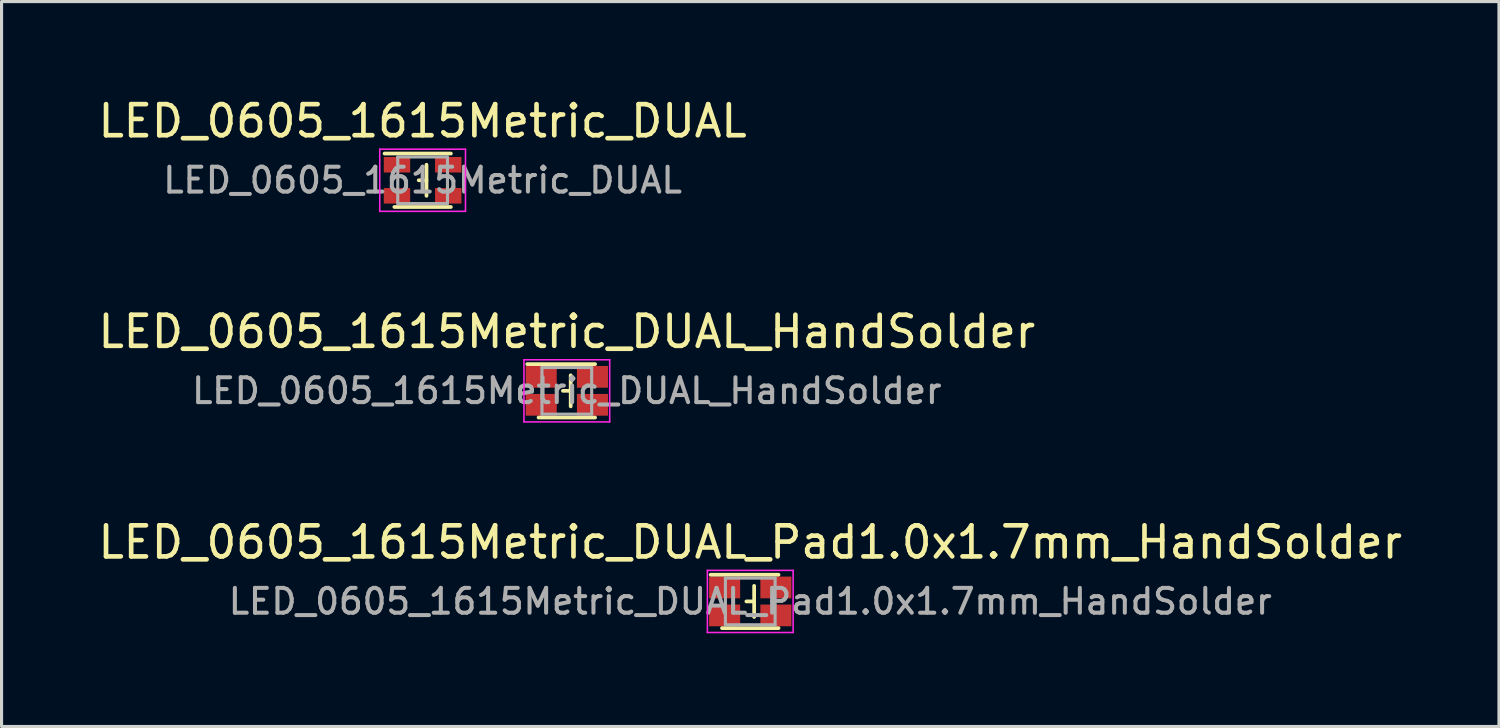
<source format=kicad_pcb>
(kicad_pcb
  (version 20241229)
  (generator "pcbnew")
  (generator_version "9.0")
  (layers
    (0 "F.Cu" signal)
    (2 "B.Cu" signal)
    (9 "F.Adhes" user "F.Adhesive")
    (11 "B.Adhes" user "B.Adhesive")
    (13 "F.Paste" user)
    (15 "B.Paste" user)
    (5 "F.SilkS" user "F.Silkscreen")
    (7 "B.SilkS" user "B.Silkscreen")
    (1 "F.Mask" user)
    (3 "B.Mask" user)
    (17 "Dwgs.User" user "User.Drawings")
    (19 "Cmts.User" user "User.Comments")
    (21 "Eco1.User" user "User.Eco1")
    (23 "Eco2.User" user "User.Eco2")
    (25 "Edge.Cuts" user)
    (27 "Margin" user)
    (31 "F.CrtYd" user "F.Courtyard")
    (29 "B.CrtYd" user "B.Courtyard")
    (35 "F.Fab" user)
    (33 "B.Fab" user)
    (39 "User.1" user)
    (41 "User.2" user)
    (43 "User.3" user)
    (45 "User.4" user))
  (footprint "LED_0605_1615Metric_DUAL"
    (layer "F.Cu")
    (at 10.554 2.753)
    (property "Reference" "LED_0605_1615Metric_DUAL" (at 0 -1.905 0) (layer "F.SilkS") (effects (font (size 1 1) (thickness 0.15))))
    (attr smd)
    (fp_line (start -1.225 -0.86) (end 0.91 -0.86) (stroke (width 0.12) (type solid)) (layer "F.SilkS"))
    (fp_line (start -0.91 0.86) (end 0.91 0.86) (stroke (width 0.12) (type solid)) (layer "F.SilkS"))
    (fp_line (start -0.125 0) (end 0.125 0) (stroke (width 0.12) (type solid)) (layer "F.SilkS"))
    (fp_line (start 0.125 -0.5) (end 0.125 0.5) (stroke (width 0.12) (type solid)) (layer "F.SilkS"))
    (fp_line (start -1.38 -1) (end -1.38 1) (stroke (width 0.05) (type solid)) (layer "F.CrtYd"))
    (fp_line (start -1.38 -1) (end 1.38 -1) (stroke (width 0.05) (type solid)) (layer "F.CrtYd"))
    (fp_line (start -1.38 1) (end 1.38 1) (stroke (width 0.05) (type solid)) (layer "F.CrtYd"))
    (fp_line (start 1.38 -1) (end 1.38 1) (stroke (width 0.05) (type solid)) (layer "F.CrtYd"))
    (fp_line (start -0.8 -0.75) (end 0.8 -0.75) (stroke (width 0.1) (type solid)) (layer "F.Fab"))
    (fp_line (start -0.8 0.75) (end -0.8 -0.75) (stroke (width 0.1) (type solid)) (layer "F.Fab"))
    (fp_line (start -0.8 0.75) (end 0.8 0.75) (stroke (width 0.1) (type solid)) (layer "F.Fab"))
    (fp_line (start 0.8 -0.75) (end 0.8 0.75) (stroke (width 0.1) (type solid)) (layer "F.Fab"))
    (fp_text user "${REFERENCE}" (at 0 0 0) (layer "F.Fab") (effects (font (size 0.8 0.8) (thickness 0.13))))
    (pad "1" smd rect (at 0.825 -0.5) (size 0.85 0.5) (layers "F.Cu" "F.Mask" "F.Paste"))
    (pad "2" smd rect (at -0.825 -0.5) (size 0.85 0.5) (layers "F.Cu" "F.Mask" "F.Paste"))
    (pad "3" smd rect (at 0.825 0.5) (size 0.85 0.5) (layers "F.Cu" "F.Mask" "F.Paste"))
    (pad "4" smd rect (at -0.825 0.5) (size 0.85 0.5) (layers "F.Cu" "F.Mask" "F.Paste")))
  (footprint "LED_0605_1615Metric_DUAL_HandSolder"
    (layer "F.Cu")
    (at 15.196 9.531)
    (property "Reference" "LED_0605_1615Metric_DUAL_HandSolder" (at 0 -1.905 0) (layer "F.SilkS") (effects (font (size 1 1) (thickness 0.15))))
    (attr smd)
    (fp_line (start -1.275 -0.86) (end 0.91 -0.86) (stroke (width 0.12) (type solid)) (layer "F.SilkS"))
    (fp_line (start -0.91 0.86) (end 0.91 0.86) (stroke (width 0.12) (type solid)) (layer "F.SilkS"))
    (fp_line (start -0.125 0) (end 0.125 0) (stroke (width 0.12) (type solid)) (layer "F.SilkS"))
    (fp_line (start 0.125 -0.5) (end 0.125 0.5) (stroke (width 0.12) (type solid)) (layer "F.SilkS"))
    (fp_line (start -1.38 -1) (end -1.38 1) (stroke (width 0.05) (type solid)) (layer "F.CrtYd"))
    (fp_line (start -1.38 -1) (end 1.38 -1) (stroke (width 0.05) (type solid)) (layer "F.CrtYd"))
    (fp_line (start -1.38 1) (end 1.38 1) (stroke (width 0.05) (type solid)) (layer "F.CrtYd"))
    (fp_line (start 1.38 -1) (end 1.38 1) (stroke (width 0.05) (type solid)) (layer "F.CrtYd"))
    (fp_line (start -0.8 -0.75) (end 0.8 -0.75) (stroke (width 0.1) (type solid)) (layer "F.Fab"))
    (fp_line (start -0.8 0.75) (end -0.8 -0.75) (stroke (width 0.1) (type solid)) (layer "F.Fab"))
    (fp_line (start -0.8 0.75) (end 0.8 0.75) (stroke (width 0.1) (type solid)) (layer "F.Fab"))
    (fp_line (start 0.8 -0.75) (end 0.8 0.75) (stroke (width 0.1) (type solid)) (layer "F.Fab"))
    (fp_text user "${REFERENCE}" (at 0 0 0) (layer "F.Fab") (effects (font (size 0.8 0.8) (thickness 0.13))))
    (pad "1" smd rect (at 0.825 -0.45) (size 1 0.7) (layers "F.Cu" "F.Mask" "F.Paste"))
    (pad "2" smd rect (at -0.825 -0.45) (size 1 0.7) (layers "F.Cu" "F.Mask" "F.Paste"))
    (pad "3" smd rect (at 0.825 0.45) (size 1 0.7) (layers "F.Cu" "F.Mask" "F.Paste"))
    (pad "4" smd rect (at -0.825 0.45) (size 1 0.7) (layers "F.Cu" "F.Mask" "F.Paste")))
  (footprint "LED_0605_1615Metric_DUAL_Pad1.0x1.7mm_HandSolder"
    (layer "F.Cu")
    (at 21.101 16.31)
    (property "Reference" "LED_0605_1615Metric_DUAL_Pad1.0x1.7mm_HandSolder" (at 0 -1.905 0) (layer "F.SilkS") (effects (font (size 1 1) (thickness 0.15))))
    (attr smd)
    (fp_line (start -1.275 -0.86) (end 0.91 -0.86) (stroke (width 0.12) (type solid)) (layer "F.SilkS"))
    (fp_line (start -0.91 0.86) (end 0.91 0.86) (stroke (width 0.12) (type solid)) (layer "F.SilkS"))
    (fp_line (start -0.125 0) (end 0.125 0) (stroke (width 0.12) (type solid)) (layer "F.SilkS"))
    (fp_line (start 0.125 -0.5) (end 0.125 0.5) (stroke (width 0.12) (type solid)) (layer "F.SilkS"))
    (fp_line (start -1.38 -1) (end -1.38 1) (stroke (width 0.05) (type solid)) (layer "F.CrtYd"))
    (fp_line (start -1.38 -1) (end 1.38 -1) (stroke (width 0.05) (type solid)) (layer "F.CrtYd"))
    (fp_line (start -1.38 1) (end 1.38 1) (stroke (width 0.05) (type solid)) (layer "F.CrtYd"))
    (fp_line (start 1.38 -1) (end 1.38 1) (stroke (width 0.05) (type solid)) (layer "F.CrtYd"))
    (fp_line (start -0.8 -0.75) (end 0.8 -0.75) (stroke (width 0.1) (type solid)) (layer "F.Fab"))
    (fp_line (start -0.8 0.75) (end -0.8 -0.75) (stroke (width 0.1) (type solid)) (layer "F.Fab"))
    (fp_line (start -0.8 0.75) (end 0.8 0.75) (stroke (width 0.1) (type solid)) (layer "F.Fab"))
    (fp_line (start 0.8 -0.75) (end 0.8 0.75) (stroke (width 0.1) (type solid)) (layer "F.Fab"))
    (fp_text user "${REFERENCE}" (at 0 0 0) (layer "F.Fab") (effects (font (size 0.8 0.8) (thickness 0.13))))
    (pad "1" smd rect (at 0.825 -0.45) (size 1 0.7) (layers "F.Cu" "F.Mask" "F.Paste"))
    (pad "2" smd rect (at -0.825 -0.45) (size 1 0.7) (layers "F.Cu" "F.Mask" "F.Paste"))
    (pad "3" smd rect (at 0.825 0.45) (size 1 0.7) (layers "F.Cu" "F.Mask" "F.Paste"))
    (pad "4" smd rect (at -0.825 0.45) (size 1 0.7) (layers "F.Cu" "F.Mask" "F.Paste")))
  (gr_rect
    (start -3 -3)
    (end 45.202 20.335)
    (stroke (width 0.1) (type default))
    (fill no)
    (layer "Edge.Cuts")))
</source>
